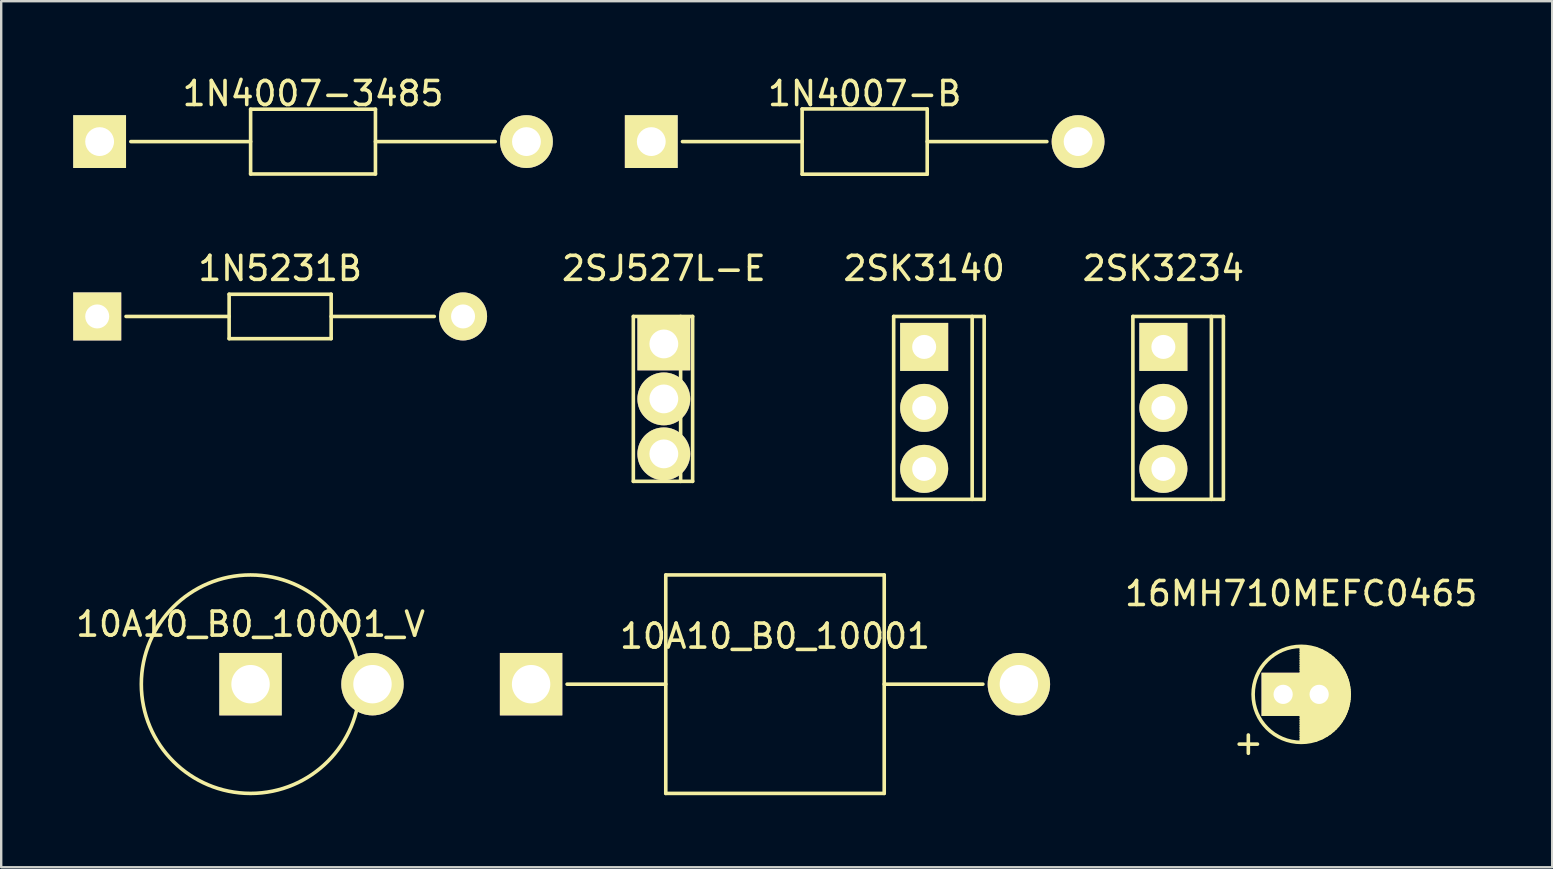
<source format=kicad_pcb>
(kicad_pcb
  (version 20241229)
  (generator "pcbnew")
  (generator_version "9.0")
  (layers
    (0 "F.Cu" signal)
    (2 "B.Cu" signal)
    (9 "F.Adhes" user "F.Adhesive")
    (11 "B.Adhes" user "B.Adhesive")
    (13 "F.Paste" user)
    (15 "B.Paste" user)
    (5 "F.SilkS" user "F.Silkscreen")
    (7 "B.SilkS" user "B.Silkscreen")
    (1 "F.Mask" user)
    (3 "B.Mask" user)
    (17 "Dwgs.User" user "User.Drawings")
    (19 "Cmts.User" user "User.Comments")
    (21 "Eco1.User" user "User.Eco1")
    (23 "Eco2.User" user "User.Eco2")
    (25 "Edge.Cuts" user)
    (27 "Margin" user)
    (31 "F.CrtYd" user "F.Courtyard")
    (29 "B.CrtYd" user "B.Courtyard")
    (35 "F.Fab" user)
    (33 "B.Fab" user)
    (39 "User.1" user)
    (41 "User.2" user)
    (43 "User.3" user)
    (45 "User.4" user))
  (footprint "1N4007-3485"
    (layer "F.Cu")
    (at 1.1 2.848)
    (property "Reference" "1N4007-3485" (at 8.89 -2 0) (layer "F.SilkS") (effects (font (size 1 1) (thickness 0.15))))
    (attr through_hole)
    (fp_line (start 1.3 0) (end 6.29 0) (stroke (width 0.15) (type solid)) (layer "F.SilkS"))
    (fp_line (start 6.29 -1.35) (end 6.29 1.35) (stroke (width 0.15) (type solid)) (layer "F.SilkS"))
    (fp_line (start 6.29 -1.35) (end 11.49 -1.35) (stroke (width 0.15) (type solid)) (layer "F.SilkS"))
    (fp_line (start 6.29 1.35) (end 11.49 1.35) (stroke (width 0.15) (type solid)) (layer "F.SilkS"))
    (fp_line (start 11.49 0) (end 16.48 0) (stroke (width 0.15) (type solid)) (layer "F.SilkS"))
    (fp_line (start 11.49 1.35) (end 11.49 -1.35) (stroke (width 0.15) (type solid)) (layer "F.SilkS"))
    (pad "1" thru_hole rect (at 0 0) (size 2.2 2.2) (drill 1.2) (layers "*.Cu" "*.Mask" "F.SilkS"))
    (pad "2" thru_hole circle (at 17.78 0) (size 2.2 2.2) (drill 1.2) (layers "*.Cu" "*.Mask" "F.SilkS")))
  (footprint "10A10_B0_10001_V"
    (layer "F.Cu")
    (at 7.387 25.451)
    (property "Reference" "10A10_B0_10001_V" (at 0 -2.5 0) (layer "F.SilkS") (effects (font (size 1 1) (thickness 0.15))))
    (attr through_hole)
    (fp_circle (center 0 0) (end 0 -4.55) (stroke (width 0.15) (type solid)) (fill no) (layer "F.SilkS"))
    (pad "1" thru_hole rect (at 0 0) (size 2.6 2.6) (drill 1.6) (layers "*.Cu" "*.Mask" "F.SilkS"))
    (pad "2" thru_hole circle (at 5.08 0) (size 2.6 2.6) (drill 1.6) (layers "*.Cu" "*.Mask" "F.SilkS")))
  (footprint "1N4007-B"
    (layer "F.Cu")
    (at 24.08 2.848)
    (property "Reference" "1N4007-B" (at 8.89 -2 0) (layer "F.SilkS") (effects (font (size 1 1) (thickness 0.15))))
    (attr through_hole)
    (fp_line (start 1.3 0) (end 6.285 0) (stroke (width 0.15) (type solid)) (layer "F.SilkS"))
    (fp_line (start 6.285 -1.36) (end 6.285 1.36) (stroke (width 0.15) (type solid)) (layer "F.SilkS"))
    (fp_line (start 6.285 -1.36) (end 11.495 -1.36) (stroke (width 0.15) (type solid)) (layer "F.SilkS"))
    (fp_line (start 6.285 1.36) (end 11.495 1.36) (stroke (width 0.15) (type solid)) (layer "F.SilkS"))
    (fp_line (start 11.495 0) (end 16.48 0) (stroke (width 0.15) (type solid)) (layer "F.SilkS"))
    (fp_line (start 11.495 1.36) (end 11.495 -1.36) (stroke (width 0.15) (type solid)) (layer "F.SilkS"))
    (pad "1" thru_hole rect (at 0 0) (size 2.2 2.2) (drill 1.2) (layers "*.Cu" "*.Mask" "F.SilkS"))
    (pad "2" thru_hole circle (at 17.78 0) (size 2.2 2.2) (drill 1.2) (layers "*.Cu" "*.Mask" "F.SilkS")))
  (footprint "2SJ527L-E"
    (layer "F.Cu")
    (at 24.603 11.277)
    (property "Reference" "2SJ527L-E" (at 0 -3.145 0) (layer "F.SilkS") (effects (font (size 1 1) (thickness 0.15))))
    (attr through_hole)
    (fp_line (start -1.27 -1.145) (end -1.27 5.725) (stroke (width 0.15) (type solid)) (layer "F.SilkS"))
    (fp_line (start -1.27 -1.145) (end 1.2 -1.145) (stroke (width 0.15) (type solid)) (layer "F.SilkS"))
    (fp_line (start -1.27 5.725) (end 1.2 5.725) (stroke (width 0.15) (type solid)) (layer "F.SilkS"))
    (fp_line (start 0.7 -1.145) (end 0.7 5.725) (stroke (width 0.15) (type solid)) (layer "F.SilkS"))
    (fp_line (start 1.2 -1.145) (end 1.2 5.725) (stroke (width 0.15) (type solid)) (layer "F.SilkS"))
    (pad "1" thru_hole rect (at 0 0) (size 2.2 2.2) (drill 1.2) (layers "*.Cu" "*.Mask" "F.SilkS"))
    (pad "2" thru_hole circle (at 0 2.29) (size 2.2 2.2) (drill 1.2) (layers "*.Cu" "*.Mask" "F.SilkS"))
    (pad "3" thru_hole circle (at 0 4.58) (size 2.2 2.2) (drill 1.2) (layers "*.Cu" "*.Mask" "F.SilkS")))
  (footprint "1N5231B"
    (layer "F.Cu")
    (at 1 10.132)
    (property "Reference" "1N5231B" (at 7.62 -2 0) (layer "F.SilkS") (effects (font (size 1 1) (thickness 0.15))))
    (attr through_hole)
    (fp_line (start 1.2 0) (end 5.495 0) (stroke (width 0.15) (type solid)) (layer "F.SilkS"))
    (fp_line (start 5.495 -0.925) (end 5.495 0.925) (stroke (width 0.15) (type solid)) (layer "F.SilkS"))
    (fp_line (start 5.495 -0.925) (end 9.745 -0.925) (stroke (width 0.15) (type solid)) (layer "F.SilkS"))
    (fp_line (start 5.495 0.925) (end 9.745 0.925) (stroke (width 0.15) (type solid)) (layer "F.SilkS"))
    (fp_line (start 9.745 0) (end 14.04 0) (stroke (width 0.15) (type solid)) (layer "F.SilkS"))
    (fp_line (start 9.745 0.925) (end 9.745 -0.925) (stroke (width 0.15) (type solid)) (layer "F.SilkS"))
    (pad "1" thru_hole rect (at 0 0) (size 2 2) (drill 1) (layers "*.Cu" "*.Mask" "F.SilkS"))
    (pad "2" thru_hole circle (at 15.24 0) (size 2 2) (drill 1) (layers "*.Cu" "*.Mask" "F.SilkS")))
  (footprint "16MH710MEFC0465"
    (layer "F.Cu")
    (at 50.402 25.875)
    (property "Reference" "16MH710MEFC0465" (at 0.75 -4.2 0) (layer "F.SilkS") (effects (font (size 1 1) (thickness 0.15))))
    (attr through_hole)
    (fp_line (start 0.75 -1.9) (end 1.375 -1.9) (stroke (width 0.15) (type solid)) (layer "F.SilkS"))
    (fp_line (start 0.75 -1.8) (end 1.622 -1.8) (stroke (width 0.15) (type solid)) (layer "F.SilkS"))
    (fp_line (start 0.75 -1.7) (end 1.804 -1.7) (stroke (width 0.15) (type solid)) (layer "F.SilkS"))
    (fp_line (start 0.75 -1.6) (end 1.95 -1.6) (stroke (width 0.15) (type solid)) (layer "F.SilkS"))
    (fp_line (start 0.75 -1.5) (end 2.073 -1.5) (stroke (width 0.15) (type solid)) (layer "F.SilkS"))
    (fp_line (start 0.75 -1.4) (end 2.178 -1.4) (stroke (width 0.15) (type solid)) (layer "F.SilkS"))
    (fp_line (start 0.75 -1.3) (end 2.27 -1.3) (stroke (width 0.15) (type solid)) (layer "F.SilkS"))
    (fp_line (start 0.75 -1.2) (end 2.35 -1.2) (stroke (width 0.15) (type solid)) (layer "F.SilkS"))
    (fp_line (start 0.75 -1.1) (end 2.42 -1.1) (stroke (width 0.15) (type solid)) (layer "F.SilkS"))
    (fp_line (start 0.75 -1) (end 2.482 -1) (stroke (width 0.15) (type solid)) (layer "F.SilkS"))
    (fp_line (start 0.75 -0.9) (end 2.536 -0.9) (stroke (width 0.15) (type solid)) (layer "F.SilkS"))
    (fp_line (start 0.75 -0.8) (end 2.583 -0.8) (stroke (width 0.15) (type solid)) (layer "F.SilkS"))
    (fp_line (start 0.75 -0.7) (end 2.623 -0.7) (stroke (width 0.15) (type solid)) (layer "F.SilkS"))
    (fp_line (start 0.75 -0.6) (end 2.658 -0.6) (stroke (width 0.15) (type solid)) (layer "F.SilkS"))
    (fp_line (start 0.75 -0.5) (end 2.686 -0.5) (stroke (width 0.15) (type solid)) (layer "F.SilkS"))
    (fp_line (start 0.75 -0.4) (end 2.71 -0.4) (stroke (width 0.15) (type solid)) (layer "F.SilkS"))
    (fp_line (start 0.75 -0.3) (end 2.727 -0.3) (stroke (width 0.15) (type solid)) (layer "F.SilkS"))
    (fp_line (start 0.75 -0.2) (end 2.74 -0.2) (stroke (width 0.15) (type solid)) (layer "F.SilkS"))
    (fp_line (start 0.75 -0.1) (end 2.747 -0.1) (stroke (width 0.15) (type solid)) (layer "F.SilkS"))
    (fp_line (start 0.75 0) (end 2.75 0) (stroke (width 0.15) (type solid)) (layer "F.SilkS"))
    (fp_line (start 0.75 0) (end 2.75 0) (stroke (width 0.15) (type solid)) (layer "F.SilkS"))
    (fp_line (start 0.75 0.1) (end 2.747 0.1) (stroke (width 0.15) (type solid)) (layer "F.SilkS"))
    (fp_line (start 0.75 0.2) (end 2.74 0.2) (stroke (width 0.15) (type solid)) (layer "F.SilkS"))
    (fp_line (start 0.75 0.3) (end 2.727 0.3) (stroke (width 0.15) (type solid)) (layer "F.SilkS"))
    (fp_line (start 0.75 0.4) (end 2.71 0.4) (stroke (width 0.15) (type solid)) (layer "F.SilkS"))
    (fp_line (start 0.75 0.5) (end 2.686 0.5) (stroke (width 0.15) (type solid)) (layer "F.SilkS"))
    (fp_line (start 0.75 0.6) (end 2.658 0.6) (stroke (width 0.15) (type solid)) (layer "F.SilkS"))
    (fp_line (start 0.75 0.7) (end 2.623 0.7) (stroke (width 0.15) (type solid)) (layer "F.SilkS"))
    (fp_line (start 0.75 0.8) (end 2.583 0.8) (stroke (width 0.15) (type solid)) (layer "F.SilkS"))
    (fp_line (start 0.75 0.9) (end 2.536 0.9) (stroke (width 0.15) (type solid)) (layer "F.SilkS"))
    (fp_line (start 0.75 1) (end 2.482 1) (stroke (width 0.15) (type solid)) (layer "F.SilkS"))
    (fp_line (start 0.75 1.1) (end 2.42 1.1) (stroke (width 0.15) (type solid)) (layer "F.SilkS"))
    (fp_line (start 0.75 1.2) (end 2.35 1.2) (stroke (width 0.15) (type solid)) (layer "F.SilkS"))
    (fp_line (start 0.75 1.3) (end 2.27 1.3) (stroke (width 0.15) (type solid)) (layer "F.SilkS"))
    (fp_line (start 0.75 1.4) (end 2.178 1.4) (stroke (width 0.15) (type solid)) (layer "F.SilkS"))
    (fp_line (start 0.75 1.5) (end 2.073 1.5) (stroke (width 0.15) (type solid)) (layer "F.SilkS"))
    (fp_line (start 0.75 1.6) (end 1.95 1.6) (stroke (width 0.15) (type solid)) (layer "F.SilkS"))
    (fp_line (start 0.75 1.7) (end 1.804 1.7) (stroke (width 0.15) (type solid)) (layer "F.SilkS"))
    (fp_line (start 0.75 1.8) (end 1.622 1.8) (stroke (width 0.15) (type solid)) (layer "F.SilkS"))
    (fp_line (start 0.75 1.9) (end 1.375 1.9) (stroke (width 0.15) (type solid)) (layer "F.SilkS"))
    (fp_circle (center 0.75 0) (end 0.75 -2) (stroke (width 0.15) (type solid)) (fill no) (layer "F.SilkS"))
    (fp_text user "+" (at -1.45 2 0) (layer "F.SilkS") (effects (font (size 1 1) (thickness 0.15))))
    (pad "1" thru_hole rect (at 0 0) (size 1.8 1.8) (drill 0.8) (layers "*.Cu" "*.Mask" "F.SilkS"))
    (pad "2" thru_hole circle (at 1.5 0) (size 1.8 1.8) (drill 0.8) (layers "*.Cu" "*.Mask" "F.SilkS")))
  (footprint "2SK3140"
    (layer "F.Cu")
    (at 35.448 11.402)
    (property "Reference" "2SK3140" (at 0 -3.27 0) (layer "F.SilkS") (effects (font (size 1 1) (thickness 0.15))))
    (attr through_hole)
    (fp_line (start -1.27 -1.27) (end -1.27 6.35) (stroke (width 0.15) (type solid)) (layer "F.SilkS"))
    (fp_line (start -1.27 -1.27) (end 2.5 -1.27) (stroke (width 0.15) (type solid)) (layer "F.SilkS"))
    (fp_line (start -1.27 6.35) (end 2.5 6.35) (stroke (width 0.15) (type solid)) (layer "F.SilkS"))
    (fp_line (start 2 -1.27) (end 2 6.35) (stroke (width 0.15) (type solid)) (layer "F.SilkS"))
    (fp_line (start 2.5 -1.27) (end 2.5 6.35) (stroke (width 0.15) (type solid)) (layer "F.SilkS"))
    (pad "1" thru_hole rect (at 0 0) (size 2 2) (drill 1) (layers "*.Cu" "*.Mask" "F.SilkS"))
    (pad "2" thru_hole circle (at 0 2.54) (size 2 2) (drill 1) (layers "*.Cu" "*.Mask" "F.SilkS"))
    (pad "3" thru_hole circle (at 0 5.08) (size 2 2) (drill 1) (layers "*.Cu" "*.Mask" "F.SilkS")))
  (footprint "2SK3234"
    (layer "F.Cu")
    (at 45.413 11.402)
    (property "Reference" "2SK3234" (at 0 -3.27 0) (layer "F.SilkS") (effects (font (size 1 1) (thickness 0.15))))
    (attr through_hole)
    (fp_line (start -1.27 -1.27) (end -1.27 6.35) (stroke (width 0.15) (type solid)) (layer "F.SilkS"))
    (fp_line (start -1.27 -1.27) (end 2.5 -1.27) (stroke (width 0.15) (type solid)) (layer "F.SilkS"))
    (fp_line (start -1.27 6.35) (end 2.5 6.35) (stroke (width 0.15) (type solid)) (layer "F.SilkS"))
    (fp_line (start 2 -1.27) (end 2 6.35) (stroke (width 0.15) (type solid)) (layer "F.SilkS"))
    (fp_line (start 2.5 -1.27) (end 2.5 6.35) (stroke (width 0.15) (type solid)) (layer "F.SilkS"))
    (pad "1" thru_hole rect (at 0 0) (size 2 2) (drill 1) (layers "*.Cu" "*.Mask" "F.SilkS"))
    (pad "2" thru_hole circle (at 0 2.54) (size 2 2) (drill 1) (layers "*.Cu" "*.Mask" "F.SilkS"))
    (pad "3" thru_hole circle (at 0 5.08) (size 2 2) (drill 1) (layers "*.Cu" "*.Mask" "F.SilkS")))
  (footprint "10A10_B0_10001"
    (layer "F.Cu")
    (at 19.074 25.451)
    (property "Reference" "10A10_B0_10001" (at 10.16 -2 0) (layer "F.SilkS") (effects (font (size 1 1) (thickness 0.15))))
    (attr through_hole)
    (fp_line (start 1.5 0) (end 5.61 0) (stroke (width 0.15) (type solid)) (layer "F.SilkS"))
    (fp_line (start 5.61 -4.55) (end 5.61 4.55) (stroke (width 0.15) (type solid)) (layer "F.SilkS"))
    (fp_line (start 5.61 -4.55) (end 14.71 -4.55) (stroke (width 0.15) (type solid)) (layer "F.SilkS"))
    (fp_line (start 5.61 4.55) (end 14.71 4.55) (stroke (width 0.15) (type solid)) (layer "F.SilkS"))
    (fp_line (start 14.71 0) (end 18.82 0) (stroke (width 0.15) (type solid)) (layer "F.SilkS"))
    (fp_line (start 14.71 4.55) (end 14.71 -4.55) (stroke (width 0.15) (type solid)) (layer "F.SilkS"))
    (pad "1" thru_hole rect (at 0 0) (size 2.6 2.6) (drill 1.6) (layers "*.Cu" "*.Mask" "F.SilkS"))
    (pad "2" thru_hole circle (at 20.32 0) (size 2.6 2.6) (drill 1.6) (layers "*.Cu" "*.Mask" "F.SilkS")))
  (gr_rect
    (start -3 -3)
    (end 61.61 33.077)
    (stroke (width 0.1) (type default))
    (fill no)
    (layer "Edge.Cuts")))
</source>
